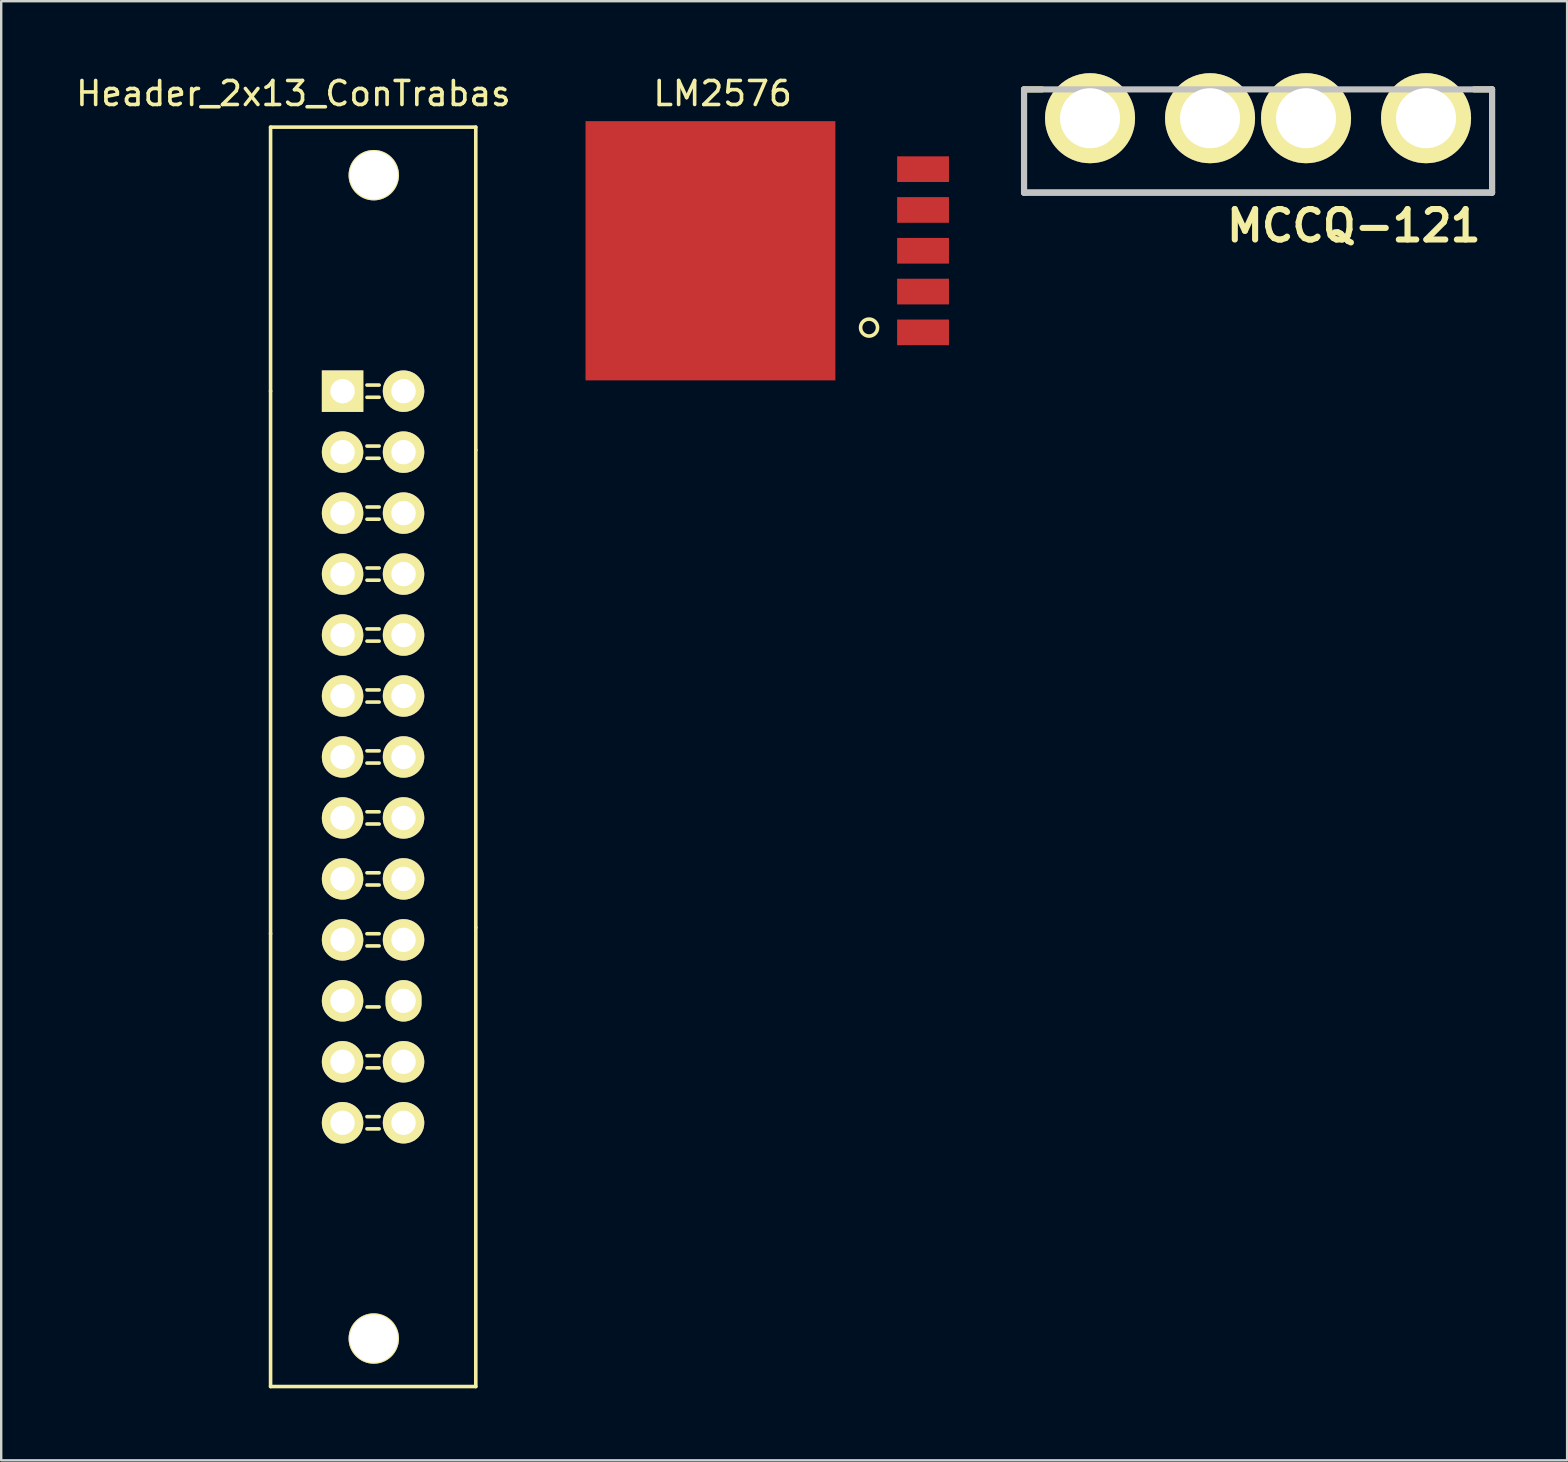
<source format=kicad_pcb>
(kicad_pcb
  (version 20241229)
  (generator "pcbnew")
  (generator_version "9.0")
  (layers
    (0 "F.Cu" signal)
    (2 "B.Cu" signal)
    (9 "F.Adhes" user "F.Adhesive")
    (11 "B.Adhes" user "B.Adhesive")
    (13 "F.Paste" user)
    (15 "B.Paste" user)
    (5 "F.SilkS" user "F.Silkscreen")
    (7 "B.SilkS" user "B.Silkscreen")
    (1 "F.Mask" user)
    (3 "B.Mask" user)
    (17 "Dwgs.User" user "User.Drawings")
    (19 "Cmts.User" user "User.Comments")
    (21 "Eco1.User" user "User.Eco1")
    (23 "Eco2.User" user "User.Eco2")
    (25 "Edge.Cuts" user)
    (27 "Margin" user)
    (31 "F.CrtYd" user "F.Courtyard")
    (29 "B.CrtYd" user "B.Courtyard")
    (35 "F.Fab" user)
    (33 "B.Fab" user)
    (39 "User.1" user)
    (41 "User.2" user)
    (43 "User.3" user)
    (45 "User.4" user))
  (footprint "LM2576"
    (layer "F.Cu")
    (at 27.058 7.398)
    (property "Reference" "LM2576" (at 0 -6.55 0) (layer "F.SilkS") (effects (font (size 1 1) (thickness 0.15))))
    (attr through_hole)
    (fp_circle (center 6.1 3.2) (end 6.35 3.45) (stroke (width 0.15) (type solid)) (fill no) (layer "F.SilkS"))
    (pad "0" smd rect (at -0.508 0) (size 10.41 10.8) (layers "F.Cu" "F.Mask" "F.Paste"))
    (pad "1" smd rect (at 8.35 3.4) (size 2.16 1.07) (layers "F.Cu" "F.Mask" "F.Paste"))
    (pad "2" smd rect (at 8.35 1.7) (size 2.16 1.07) (layers "F.Cu" "F.Mask" "F.Paste"))
    (pad "3" smd rect (at 8.35 0) (size 2.16 1.07) (layers "F.Cu" "F.Mask" "F.Paste"))
    (pad "4" smd rect (at 8.35 -1.7) (size 2.16 1.07) (layers "F.Cu" "F.Mask" "F.Paste"))
    (pad "5" smd rect (at 8.35 -3.4) (size 2.16 1.07) (layers "F.Cu" "F.Mask" "F.Paste")))
  (footprint "MCCQ-121"
    (layer "F.Cu")
    (at 49.365 1.875)
    (property "Reference" "MCCQ-121" (at 3.99 4.48 0) (layer "F.SilkS") (effects (font (size 1.27 1.27) (thickness 0.254))))
    (attr through_hole)
    (fp_line (start -9.75 -1.2) (end -9.75 3.1) (stroke (width 0.254) (type solid)) (layer "F.SilkS"))
    (fp_line (start -9.75 -1.2) (end -9 -1.2) (stroke (width 0.254) (type solid)) (layer "F.SilkS"))
    (fp_line (start -9.75 3.1) (end 9.75 3.1) (stroke (width 0.254) (type solid)) (layer "F.SilkS"))
    (fp_line (start 9.75 -1.2) (end 9 -1.2) (stroke (width 0.254) (type solid)) (layer "F.SilkS"))
    (fp_line (start 9.75 3.1) (end 9.75 -1.2) (stroke (width 0.254) (type solid)) (layer "F.SilkS"))
    (fp_line (start -9.75 -1.2) (end 9.75 -1.2) (stroke (width 0.254) (type solid)) (layer "Dwgs.User"))
    (fp_line (start -9.75 3.1) (end -9.75 -1.2) (stroke (width 0.254) (type solid)) (layer "Dwgs.User"))
    (fp_line (start 9.75 -1.2) (end 9.75 3.1) (stroke (width 0.254) (type solid)) (layer "Dwgs.User"))
    (fp_line (start 9.75 3.1) (end -9.75 3.1) (stroke (width 0.254) (type solid)) (layer "Dwgs.User"))
    (pad "1" thru_hole circle (at -7 0 90) (size 3.75 3.75) (drill 2.5) (layers "*.Cu" "*.Mask" "F.SilkS"))
    (pad "1" thru_hole circle (at -2 0 90) (size 3.75 3.75) (drill 2.5) (layers "*.Cu" "*.Mask" "F.SilkS"))
    (pad "2" thru_hole circle (at 2 0 90) (size 3.75 3.75) (drill 2.5) (layers "*.Cu" "*.Mask" "F.SilkS"))
    (pad "2" thru_hole circle (at 7 0 90) (size 3.75 3.75) (drill 2.5) (layers "*.Cu" "*.Mask" "F.SilkS")))
  (footprint "Header_2x13_ConTrabas"
    (layer "F.Cu")
    (at 11.223 13.248)
    (property "Reference" "Header_2x13_ConTrabas" (at -2.05 -12.4 0) (layer "F.SilkS") (effects (font (size 1 1) (thickness 0.15))))
    (attr through_hole)
    (fp_line (start -3 -11) (end 5.55 -11) (stroke (width 0.15) (type solid)) (layer "F.SilkS"))
    (fp_line (start -3 0) (end -3 -11) (stroke (width 0.15) (type solid)) (layer "F.SilkS"))
    (fp_line (start -3 22.6) (end -3 0) (stroke (width 0.15) (type solid)) (layer "F.SilkS"))
    (fp_line (start -3 41.47) (end -3 22.6) (stroke (width 0.15) (type solid)) (layer "F.SilkS"))
    (fp_line (start -3 41.47) (end 5.55 41.47) (stroke (width 0.15) (type solid)) (layer "F.SilkS"))
    (fp_line (start 1.524 -0.254) (end 1.016 -0.254) (stroke (width 0.15) (type solid)) (layer "F.SilkS"))
    (fp_line (start 1.524 0.254) (end 1.016 0.254) (stroke (width 0.15) (type solid)) (layer "F.SilkS"))
    (fp_line (start 1.524 2.286) (end 1.016 2.286) (stroke (width 0.15) (type solid)) (layer "F.SilkS"))
    (fp_line (start 1.524 2.794) (end 1.016 2.794) (stroke (width 0.15) (type solid)) (layer "F.SilkS"))
    (fp_line (start 1.524 4.826) (end 1.016 4.826) (stroke (width 0.15) (type solid)) (layer "F.SilkS"))
    (fp_line (start 1.524 5.334) (end 1.016 5.334) (stroke (width 0.15) (type solid)) (layer "F.SilkS"))
    (fp_line (start 1.524 7.366) (end 1.016 7.366) (stroke (width 0.15) (type solid)) (layer "F.SilkS"))
    (fp_line (start 1.524 7.874) (end 1.016 7.874) (stroke (width 0.15) (type solid)) (layer "F.SilkS"))
    (fp_line (start 1.524 9.906) (end 1.016 9.906) (stroke (width 0.15) (type solid)) (layer "F.SilkS"))
    (fp_line (start 1.524 10.414) (end 1.016 10.414) (stroke (width 0.15) (type solid)) (layer "F.SilkS"))
    (fp_line (start 1.524 12.446) (end 1.016 12.446) (stroke (width 0.15) (type solid)) (layer "F.SilkS"))
    (fp_line (start 1.524 12.954) (end 1.016 12.954) (stroke (width 0.15) (type solid)) (layer "F.SilkS"))
    (fp_line (start 1.524 14.986) (end 1.016 14.986) (stroke (width 0.15) (type solid)) (layer "F.SilkS"))
    (fp_line (start 1.524 15.494) (end 1.016 15.494) (stroke (width 0.15) (type solid)) (layer "F.SilkS"))
    (fp_line (start 1.524 17.526) (end 1.016 17.526) (stroke (width 0.15) (type solid)) (layer "F.SilkS"))
    (fp_line (start 1.524 18.034) (end 1.016 18.034) (stroke (width 0.15) (type solid)) (layer "F.SilkS"))
    (fp_line (start 1.524 20.066) (end 1.016 20.066) (stroke (width 0.15) (type solid)) (layer "F.SilkS"))
    (fp_line (start 1.524 20.574) (end 1.016 20.574) (stroke (width 0.15) (type solid)) (layer "F.SilkS"))
    (fp_line (start 1.524 22.606) (end 1.016 22.606) (stroke (width 0.15) (type solid)) (layer "F.SilkS"))
    (fp_line (start 1.524 23.114) (end 1.016 23.114) (stroke (width 0.15) (type solid)) (layer "F.SilkS"))
    (fp_line (start 1.524 25.654) (end 1.016 25.654) (stroke (width 0.15) (type solid)) (layer "F.SilkS"))
    (fp_line (start 1.524 27.686) (end 1.016 27.686) (stroke (width 0.15) (type solid)) (layer "F.SilkS"))
    (fp_line (start 1.524 28.194) (end 1.016 28.194) (stroke (width 0.15) (type solid)) (layer "F.SilkS"))
    (fp_line (start 1.524 30.226) (end 1.016 30.226) (stroke (width 0.15) (type solid)) (layer "F.SilkS"))
    (fp_line (start 1.524 30.734) (end 1.016 30.734) (stroke (width 0.15) (type solid)) (layer "F.SilkS"))
    (fp_line (start 5.55 -11) (end 5.55 2.45) (stroke (width 0.15) (type solid)) (layer "F.SilkS"))
    (fp_line (start 5.55 2.45) (end 5.55 22.35) (stroke (width 0.15) (type solid)) (layer "F.SilkS"))
    (fp_line (start 5.55 41.47) (end 5.55 22.35) (stroke (width 0.15) (type solid)) (layer "F.SilkS"))
    (pad "0" thru_hole circle (at 1.3 -9) (size 2.1 2.1) (drill 2) (layers "*.Cu" "*.Mask" "F.SilkS"))
    (pad "0" thru_hole circle (at 1.3 39.47) (size 2.1 2.1) (drill 2) (layers "*.Cu" "*.Mask" "F.SilkS"))
    (pad "1" thru_hole rect (at 0 0) (size 1.727 1.727) (drill 1.016) (layers "*.Cu" "*.Mask" "F.SilkS"))
    (pad "2" thru_hole oval (at 2.54 0) (size 1.727 1.727) (drill 1.016) (layers "*.Cu" "*.Mask" "F.SilkS"))
    (pad "3" thru_hole oval (at 0 2.54) (size 1.727 1.727) (drill 1.016) (layers "*.Cu" "*.Mask" "F.SilkS"))
    (pad "4" thru_hole oval (at 2.54 2.54) (size 1.727 1.727) (drill 1.016) (layers "*.Cu" "*.Mask" "F.SilkS"))
    (pad "5" thru_hole oval (at 0 5.08) (size 1.727 1.727) (drill 1.016) (layers "*.Cu" "*.Mask" "F.SilkS"))
    (pad "6" thru_hole oval (at 2.54 5.08) (size 1.727 1.727) (drill 1.016) (layers "*.Cu" "*.Mask" "F.SilkS"))
    (pad "7" thru_hole oval (at 0 7.62) (size 1.727 1.727) (drill 1.016) (layers "*.Cu" "*.Mask" "F.SilkS"))
    (pad "8" thru_hole oval (at 2.54 7.62) (size 1.727 1.727) (drill 1.016) (layers "*.Cu" "*.Mask" "F.SilkS"))
    (pad "9" thru_hole oval (at 0 10.16) (size 1.727 1.727) (drill 1.016) (layers "*.Cu" "*.Mask" "F.SilkS"))
    (pad "10" thru_hole oval (at 2.54 10.16) (size 1.727 1.727) (drill 1.016) (layers "*.Cu" "*.Mask" "F.SilkS"))
    (pad "11" thru_hole oval (at 0 12.7) (size 1.727 1.727) (drill 1.016) (layers "*.Cu" "*.Mask" "F.SilkS"))
    (pad "12" thru_hole oval (at 2.54 12.7) (size 1.727 1.727) (drill 1.016) (layers "*.Cu" "*.Mask" "F.SilkS"))
    (pad "13" thru_hole oval (at 0 15.24) (size 1.727 1.727) (drill 1.016) (layers "*.Cu" "*.Mask" "F.SilkS"))
    (pad "14" thru_hole oval (at 2.54 15.24) (size 1.727 1.727) (drill 1.016) (layers "*.Cu" "*.Mask" "F.SilkS"))
    (pad "15" thru_hole oval (at 0 17.78) (size 1.727 1.727) (drill 1.016) (layers "*.Cu" "*.Mask" "F.SilkS"))
    (pad "16" thru_hole oval (at 2.54 17.78) (size 1.727 1.727) (drill 1.016) (layers "*.Cu" "*.Mask" "F.SilkS"))
    (pad "17" thru_hole oval (at 0 20.32) (size 1.727 1.727) (drill 1.016) (layers "*.Cu" "*.Mask" "F.SilkS"))
    (pad "18" thru_hole oval (at 2.54 20.32) (size 1.727 1.727) (drill 1.016) (layers "*.Cu" "*.Mask" "F.SilkS"))
    (pad "19" thru_hole oval (at 0 22.86) (size 1.727 1.727) (drill 1.016) (layers "*.Cu" "*.Mask" "F.SilkS"))
    (pad "20" thru_hole oval (at 2.54 22.86) (size 1.727 1.727) (drill 1.016) (layers "*.Cu" "*.Mask" "F.SilkS"))
    (pad "21" thru_hole oval (at 0 25.4) (size 1.727 1.727) (drill 1.016) (layers "*.Cu" "*.Mask" "F.SilkS"))
    (pad "22" thru_hole oval (at 2.54 25.4) (size 1.5 1.727) (drill 1.016) (layers "*.Cu" "*.Mask" "F.SilkS"))
    (pad "23" thru_hole oval (at 0 27.94) (size 1.727 1.727) (drill 1.016) (layers "*.Cu" "*.Mask" "F.SilkS"))
    (pad "24" thru_hole oval (at 2.54 27.94) (size 1.727 1.727) (drill 1.016) (layers "*.Cu" "*.Mask" "F.SilkS"))
    (pad "25" thru_hole oval (at 0 30.48) (size 1.727 1.727) (drill 1.016) (layers "*.Cu" "*.Mask" "F.SilkS"))
    (pad "26" thru_hole oval (at 2.54 30.48) (size 1.727 1.727) (drill 1.016) (layers "*.Cu" "*.Mask" "F.SilkS")))
  (gr_rect
    (start -3 -3)
    (end 62.242 57.793)
    (stroke (width 0.1) (type default))
    (fill no)
    (layer "Edge.Cuts")))
</source>
